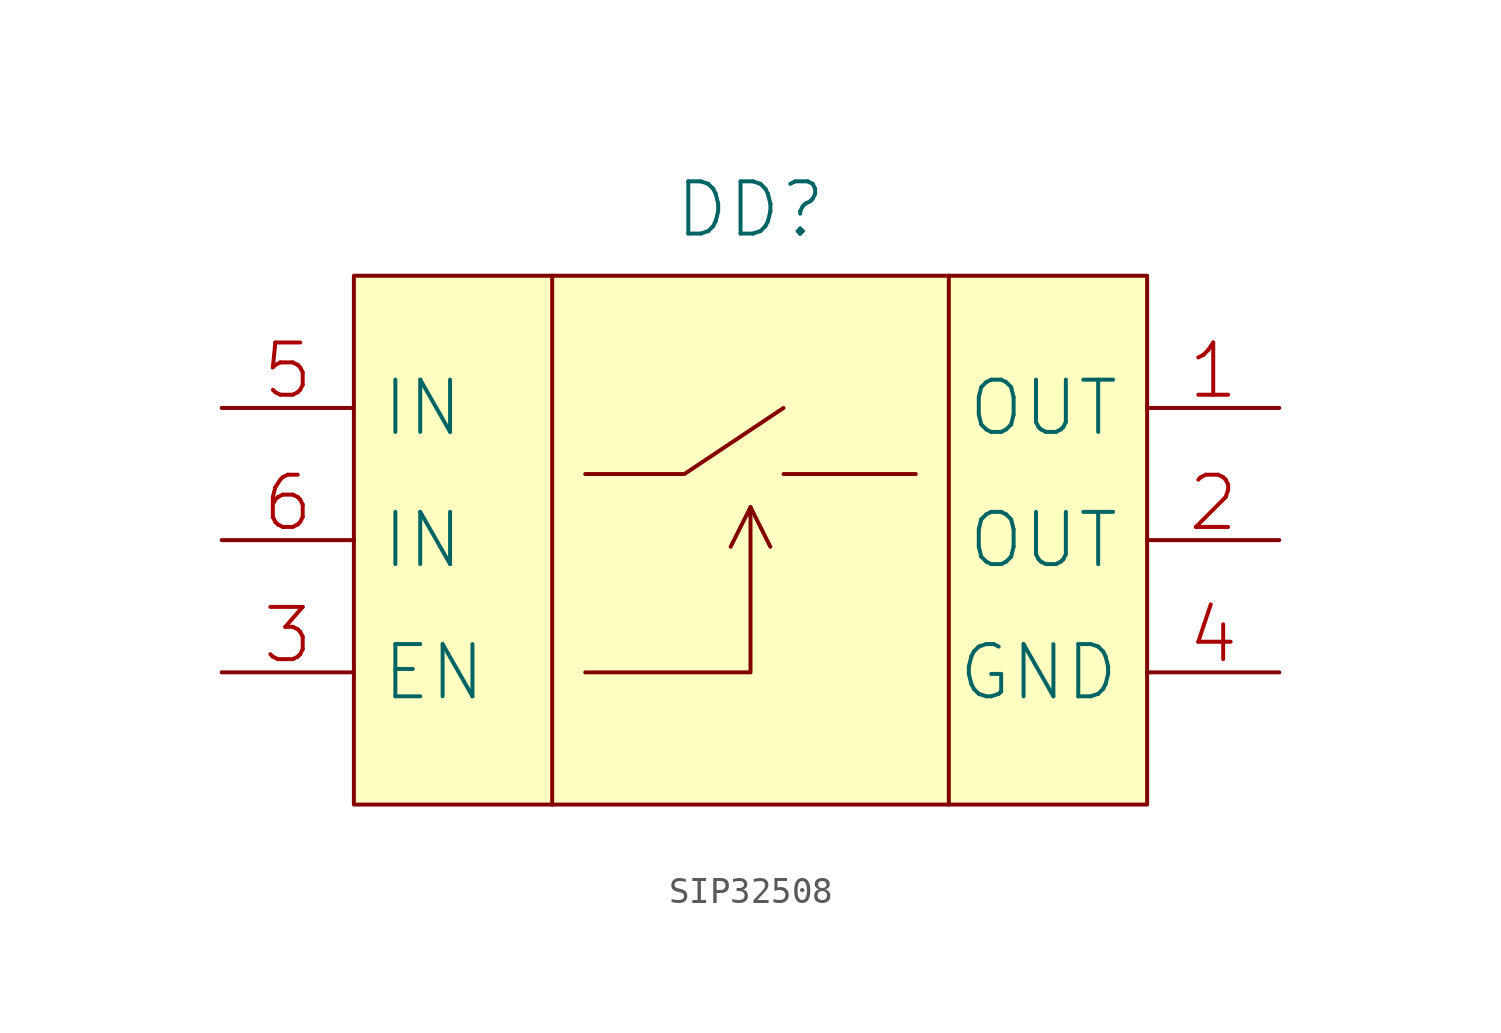
<source format=kicad_sym>
(kicad_symbol_lib
  (version 20231120)
  (generator "kicad_symbol_editor")
  (generator_version "8.0")
  (symbol "SIP32508"
    (pin_names
      (offset 1.016))
    (property "Reference" "DD"
      (at 0 12.7 0)
      (effects (font (size 2.007 2.007))))
    (symbol "SIP32508_0_1"
      (rectangle (start -15.24 10.16) (end 15.24 -10.16) (stroke (width 0) (type solid)) (fill (type background)))
      (polyline (pts (xy -7.62 10.16) (xy -7.62 -10.16)) (stroke (width 0) (type solid)) (fill (type none)))
      (polyline (pts (xy 0.762 -0.254) (xy 0 1.27)) (stroke (width 0) (type solid)) (fill (type none)))
      (polyline (pts (xy 1.27 2.54) (xy 6.35 2.54)) (stroke (width 0) (type solid)) (fill (type none)))
      (polyline (pts (xy 7.62 10.16) (xy 7.62 -10.16)) (stroke (width 0) (type solid)) (fill (type none)))
      (polyline (pts (xy -6.35 2.54) (xy -2.54 2.54) (xy 1.27 5.08)) (stroke (width 0) (type solid)) (fill (type none)))
      (polyline (pts (xy -6.35 -5.08) (xy 0 -5.08) (xy 0 1.27) (xy -0.762 -0.254)) (stroke (width 0) (type solid)) (fill (type none))))
    (symbol "SIP32508_1_1"
      (pin power_out line (at 20.32 5.08 180) (length 5.08) (name "OUT" (effects (font (size 2.007 2.007)))) (number "1" (effects (font (size 2.007 2.007)))))
      (pin power_out line (at 20.32 0 180) (length 5.08) (name "OUT" (effects (font (size 2.007 2.007)))) (number "2" (effects (font (size 2.007 2.007)))))
      (pin input line (at -20.32 -5.08 0) (length 5.08) (name "EN" (effects (font (size 2.007 2.007)))) (number "3" (effects (font (size 2.007 2.007)))))
      (pin power_in line (at 20.32 -5.08 180) (length 5.08) (name "GND" (effects (font (size 2.007 2.007)))) (number "4" (effects (font (size 2.007 2.007)))))
      (pin power_in line (at -20.32 5.08 0) (length 5.08) (name "IN" (effects (font (size 2.007 2.007)))) (number "5" (effects (font (size 2.007 2.007)))))
      (pin power_in line (at -20.32 0 0) (length 5.08) (name "IN" (effects (font (size 2.007 2.007)))) (number "6" (effects (font (size 2.007 2.007))))))))
</source>
